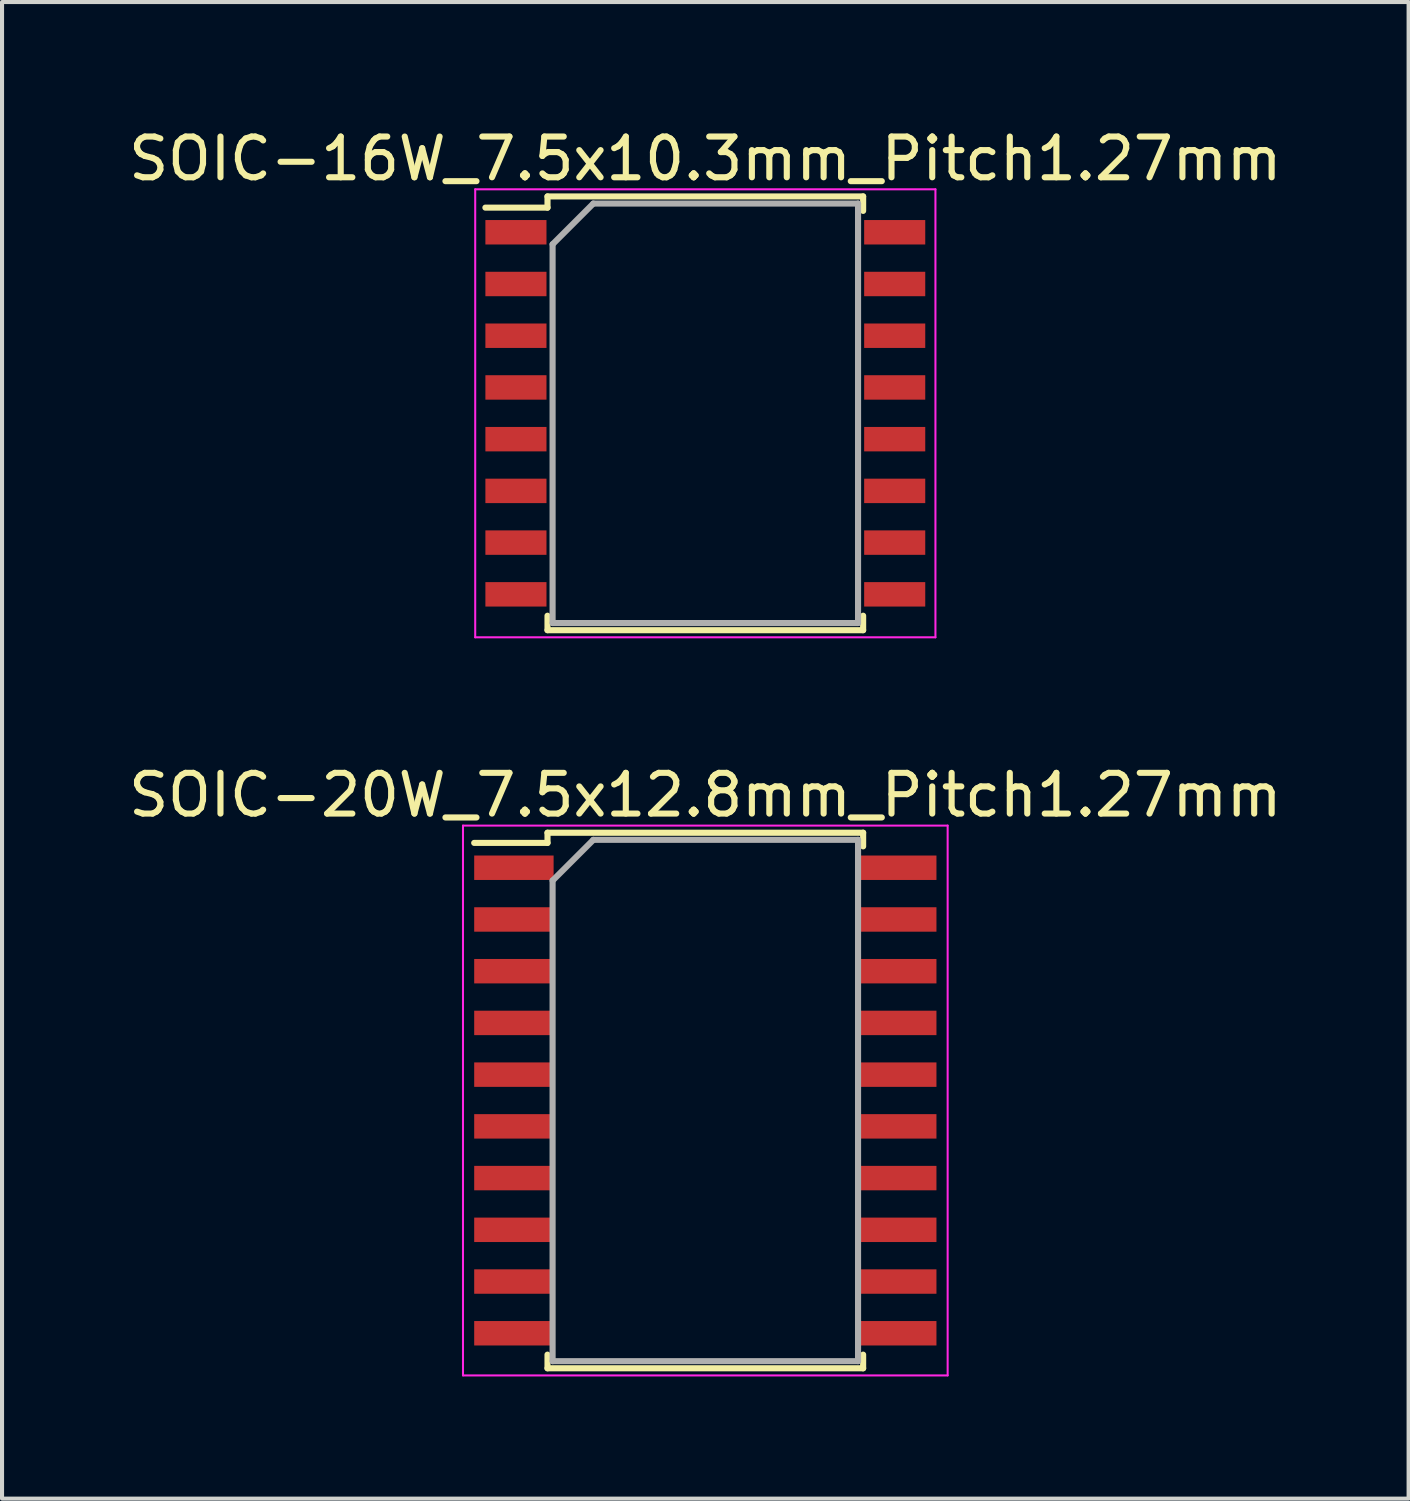
<source format=kicad_pcb>
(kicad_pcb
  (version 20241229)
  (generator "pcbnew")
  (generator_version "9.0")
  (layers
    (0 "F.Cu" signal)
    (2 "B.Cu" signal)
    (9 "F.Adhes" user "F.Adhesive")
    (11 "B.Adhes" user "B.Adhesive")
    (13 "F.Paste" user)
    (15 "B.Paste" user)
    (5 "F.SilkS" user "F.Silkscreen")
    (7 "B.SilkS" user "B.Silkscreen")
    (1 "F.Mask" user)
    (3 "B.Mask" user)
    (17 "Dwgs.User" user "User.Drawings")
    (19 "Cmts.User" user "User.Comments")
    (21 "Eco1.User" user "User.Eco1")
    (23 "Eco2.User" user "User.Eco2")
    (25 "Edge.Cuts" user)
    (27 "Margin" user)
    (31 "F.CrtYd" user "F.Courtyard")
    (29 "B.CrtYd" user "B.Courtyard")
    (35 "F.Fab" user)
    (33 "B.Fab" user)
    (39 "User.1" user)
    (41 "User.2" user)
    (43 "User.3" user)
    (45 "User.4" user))
  (footprint "SOIC-20W_7.5x12.8mm_Pitch1.27mm"
    (layer "F.Cu")
    (at 14.268 23.971)
    (property "Reference" "SOIC-20W_7.5x12.8mm_Pitch1.27mm" (at 0 -7.5 0) (layer "F.SilkS") (effects (font (size 1 1) (thickness 0.15))))
    (attr smd)
    (fp_line (start -3.875 -6.575) (end -3.875 -6.325) (stroke (width 0.15) (type solid)) (layer "F.SilkS"))
    (fp_line (start -3.875 -6.575) (end 3.875 -6.575) (stroke (width 0.15) (type solid)) (layer "F.SilkS"))
    (fp_line (start -3.875 -6.325) (end -5.675 -6.325) (stroke (width 0.15) (type solid)) (layer "F.SilkS"))
    (fp_line (start -3.875 6.575) (end -3.875 6.24) (stroke (width 0.15) (type solid)) (layer "F.SilkS"))
    (fp_line (start -3.875 6.575) (end 3.875 6.575) (stroke (width 0.15) (type solid)) (layer "F.SilkS"))
    (fp_line (start 3.875 -6.575) (end 3.875 -6.24) (stroke (width 0.15) (type solid)) (layer "F.SilkS"))
    (fp_line (start 3.875 6.575) (end 3.875 6.24) (stroke (width 0.15) (type solid)) (layer "F.SilkS"))
    (fp_line (start -5.95 -6.75) (end -5.95 6.75) (stroke (width 0.05) (type solid)) (layer "F.CrtYd"))
    (fp_line (start -5.95 -6.75) (end 5.95 -6.75) (stroke (width 0.05) (type solid)) (layer "F.CrtYd"))
    (fp_line (start -5.95 6.75) (end 5.95 6.75) (stroke (width 0.05) (type solid)) (layer "F.CrtYd"))
    (fp_line (start 5.95 -6.75) (end 5.95 6.75) (stroke (width 0.05) (type solid)) (layer "F.CrtYd"))
    (fp_line (start -3.75 -5.4) (end -2.75 -6.4) (stroke (width 0.15) (type solid)) (layer "F.Fab"))
    (fp_line (start -3.75 6.4) (end -3.75 -5.4) (stroke (width 0.15) (type solid)) (layer "F.Fab"))
    (fp_line (start -2.75 -6.4) (end 3.75 -6.4) (stroke (width 0.15) (type solid)) (layer "F.Fab"))
    (fp_line (start 3.75 -6.4) (end 3.75 6.4) (stroke (width 0.15) (type solid)) (layer "F.Fab"))
    (fp_line (start 3.75 6.4) (end -3.75 6.4) (stroke (width 0.15) (type solid)) (layer "F.Fab"))
    (pad "1" smd rect (at -4.7 -5.715) (size 1.95 0.6) (layers "F.Cu" "F.Mask" "F.Paste"))
    (pad "2" smd rect (at -4.7 -4.445) (size 1.95 0.6) (layers "F.Cu" "F.Mask" "F.Paste"))
    (pad "3" smd rect (at -4.7 -3.175) (size 1.95 0.6) (layers "F.Cu" "F.Mask" "F.Paste"))
    (pad "4" smd rect (at -4.7 -1.905) (size 1.95 0.6) (layers "F.Cu" "F.Mask" "F.Paste"))
    (pad "5" smd rect (at -4.7 -0.635) (size 1.95 0.6) (layers "F.Cu" "F.Mask" "F.Paste"))
    (pad "6" smd rect (at -4.7 0.635) (size 1.95 0.6) (layers "F.Cu" "F.Mask" "F.Paste"))
    (pad "7" smd rect (at -4.7 1.905) (size 1.95 0.6) (layers "F.Cu" "F.Mask" "F.Paste"))
    (pad "8" smd rect (at -4.7 3.175) (size 1.95 0.6) (layers "F.Cu" "F.Mask" "F.Paste"))
    (pad "9" smd rect (at -4.7 4.445) (size 1.95 0.6) (layers "F.Cu" "F.Mask" "F.Paste"))
    (pad "10" smd rect (at -4.7 5.715) (size 1.95 0.6) (layers "F.Cu" "F.Mask" "F.Paste"))
    (pad "11" smd rect (at 4.7 5.715) (size 1.95 0.6) (layers "F.Cu" "F.Mask" "F.Paste"))
    (pad "12" smd rect (at 4.7 4.445) (size 1.95 0.6) (layers "F.Cu" "F.Mask" "F.Paste"))
    (pad "13" smd rect (at 4.7 3.175) (size 1.95 0.6) (layers "F.Cu" "F.Mask" "F.Paste"))
    (pad "14" smd rect (at 4.7 1.905) (size 1.95 0.6) (layers "F.Cu" "F.Mask" "F.Paste"))
    (pad "15" smd rect (at 4.7 0.635) (size 1.95 0.6) (layers "F.Cu" "F.Mask" "F.Paste"))
    (pad "16" smd rect (at 4.7 -0.635) (size 1.95 0.6) (layers "F.Cu" "F.Mask" "F.Paste"))
    (pad "17" smd rect (at 4.7 -1.905) (size 1.95 0.6) (layers "F.Cu" "F.Mask" "F.Paste"))
    (pad "18" smd rect (at 4.7 -3.175) (size 1.95 0.6) (layers "F.Cu" "F.Mask" "F.Paste"))
    (pad "19" smd rect (at 4.7 -4.445) (size 1.95 0.6) (layers "F.Cu" "F.Mask" "F.Paste"))
    (pad "20" smd rect (at 4.7 -5.715) (size 1.95 0.6) (layers "F.Cu" "F.Mask" "F.Paste")))
  (footprint "SOIC-16W_7.5x10.3mm_Pitch1.27mm"
    (layer "F.Cu")
    (at 14.268 7.098)
    (property "Reference" "SOIC-16W_7.5x10.3mm_Pitch1.27mm" (at 0 -6.25 0) (layer "F.SilkS") (effects (font (size 1 1) (thickness 0.15))))
    (attr smd)
    (fp_line (start -3.875 -5.325) (end -3.875 -5.05) (stroke (width 0.15) (type solid)) (layer "F.SilkS"))
    (fp_line (start -3.875 -5.325) (end 3.875 -5.325) (stroke (width 0.15) (type solid)) (layer "F.SilkS"))
    (fp_line (start -3.875 -5.05) (end -5.4 -5.05) (stroke (width 0.15) (type solid)) (layer "F.SilkS"))
    (fp_line (start -3.875 5.325) (end -3.875 4.97) (stroke (width 0.15) (type solid)) (layer "F.SilkS"))
    (fp_line (start -3.875 5.325) (end 3.875 5.325) (stroke (width 0.15) (type solid)) (layer "F.SilkS"))
    (fp_line (start 3.875 -5.325) (end 3.875 -4.97) (stroke (width 0.15) (type solid)) (layer "F.SilkS"))
    (fp_line (start 3.875 5.325) (end 3.875 4.97) (stroke (width 0.15) (type solid)) (layer "F.SilkS"))
    (fp_line (start -5.65 -5.5) (end -5.65 5.5) (stroke (width 0.05) (type solid)) (layer "F.CrtYd"))
    (fp_line (start -5.65 -5.5) (end 5.65 -5.5) (stroke (width 0.05) (type solid)) (layer "F.CrtYd"))
    (fp_line (start -5.65 5.5) (end 5.65 5.5) (stroke (width 0.05) (type solid)) (layer "F.CrtYd"))
    (fp_line (start 5.65 -5.5) (end 5.65 5.5) (stroke (width 0.05) (type solid)) (layer "F.CrtYd"))
    (fp_line (start -3.75 -4.15) (end -2.75 -5.15) (stroke (width 0.15) (type solid)) (layer "F.Fab"))
    (fp_line (start -3.75 5.15) (end -3.75 -4.15) (stroke (width 0.15) (type solid)) (layer "F.Fab"))
    (fp_line (start -2.75 -5.15) (end 3.75 -5.15) (stroke (width 0.15) (type solid)) (layer "F.Fab"))
    (fp_line (start 3.75 -5.15) (end 3.75 5.15) (stroke (width 0.15) (type solid)) (layer "F.Fab"))
    (fp_line (start 3.75 5.15) (end -3.75 5.15) (stroke (width 0.15) (type solid)) (layer "F.Fab"))
    (pad "1" smd rect (at -4.65 -4.445) (size 1.5 0.6) (layers "F.Cu" "F.Mask" "F.Paste"))
    (pad "2" smd rect (at -4.65 -3.175) (size 1.5 0.6) (layers "F.Cu" "F.Mask" "F.Paste"))
    (pad "3" smd rect (at -4.65 -1.905) (size 1.5 0.6) (layers "F.Cu" "F.Mask" "F.Paste"))
    (pad "4" smd rect (at -4.65 -0.635) (size 1.5 0.6) (layers "F.Cu" "F.Mask" "F.Paste"))
    (pad "5" smd rect (at -4.65 0.635) (size 1.5 0.6) (layers "F.Cu" "F.Mask" "F.Paste"))
    (pad "6" smd rect (at -4.65 1.905) (size 1.5 0.6) (layers "F.Cu" "F.Mask" "F.Paste"))
    (pad "7" smd rect (at -4.65 3.175) (size 1.5 0.6) (layers "F.Cu" "F.Mask" "F.Paste"))
    (pad "8" smd rect (at -4.65 4.445) (size 1.5 0.6) (layers "F.Cu" "F.Mask" "F.Paste"))
    (pad "9" smd rect (at 4.65 4.445) (size 1.5 0.6) (layers "F.Cu" "F.Mask" "F.Paste"))
    (pad "10" smd rect (at 4.65 3.175) (size 1.5 0.6) (layers "F.Cu" "F.Mask" "F.Paste"))
    (pad "11" smd rect (at 4.65 1.905) (size 1.5 0.6) (layers "F.Cu" "F.Mask" "F.Paste"))
    (pad "12" smd rect (at 4.65 0.635) (size 1.5 0.6) (layers "F.Cu" "F.Mask" "F.Paste"))
    (pad "13" smd rect (at 4.65 -0.635) (size 1.5 0.6) (layers "F.Cu" "F.Mask" "F.Paste"))
    (pad "14" smd rect (at 4.65 -1.905) (size 1.5 0.6) (layers "F.Cu" "F.Mask" "F.Paste"))
    (pad "15" smd rect (at 4.65 -3.175) (size 1.5 0.6) (layers "F.Cu" "F.Mask" "F.Paste"))
    (pad "16" smd rect (at 4.65 -4.445) (size 1.5 0.6) (layers "F.Cu" "F.Mask" "F.Paste")))
  (gr_rect
    (start -3 -3)
    (end 31.536 33.746)
    (stroke (width 0.1) (type default))
    (fill no)
    (layer "Edge.Cuts")))
</source>
